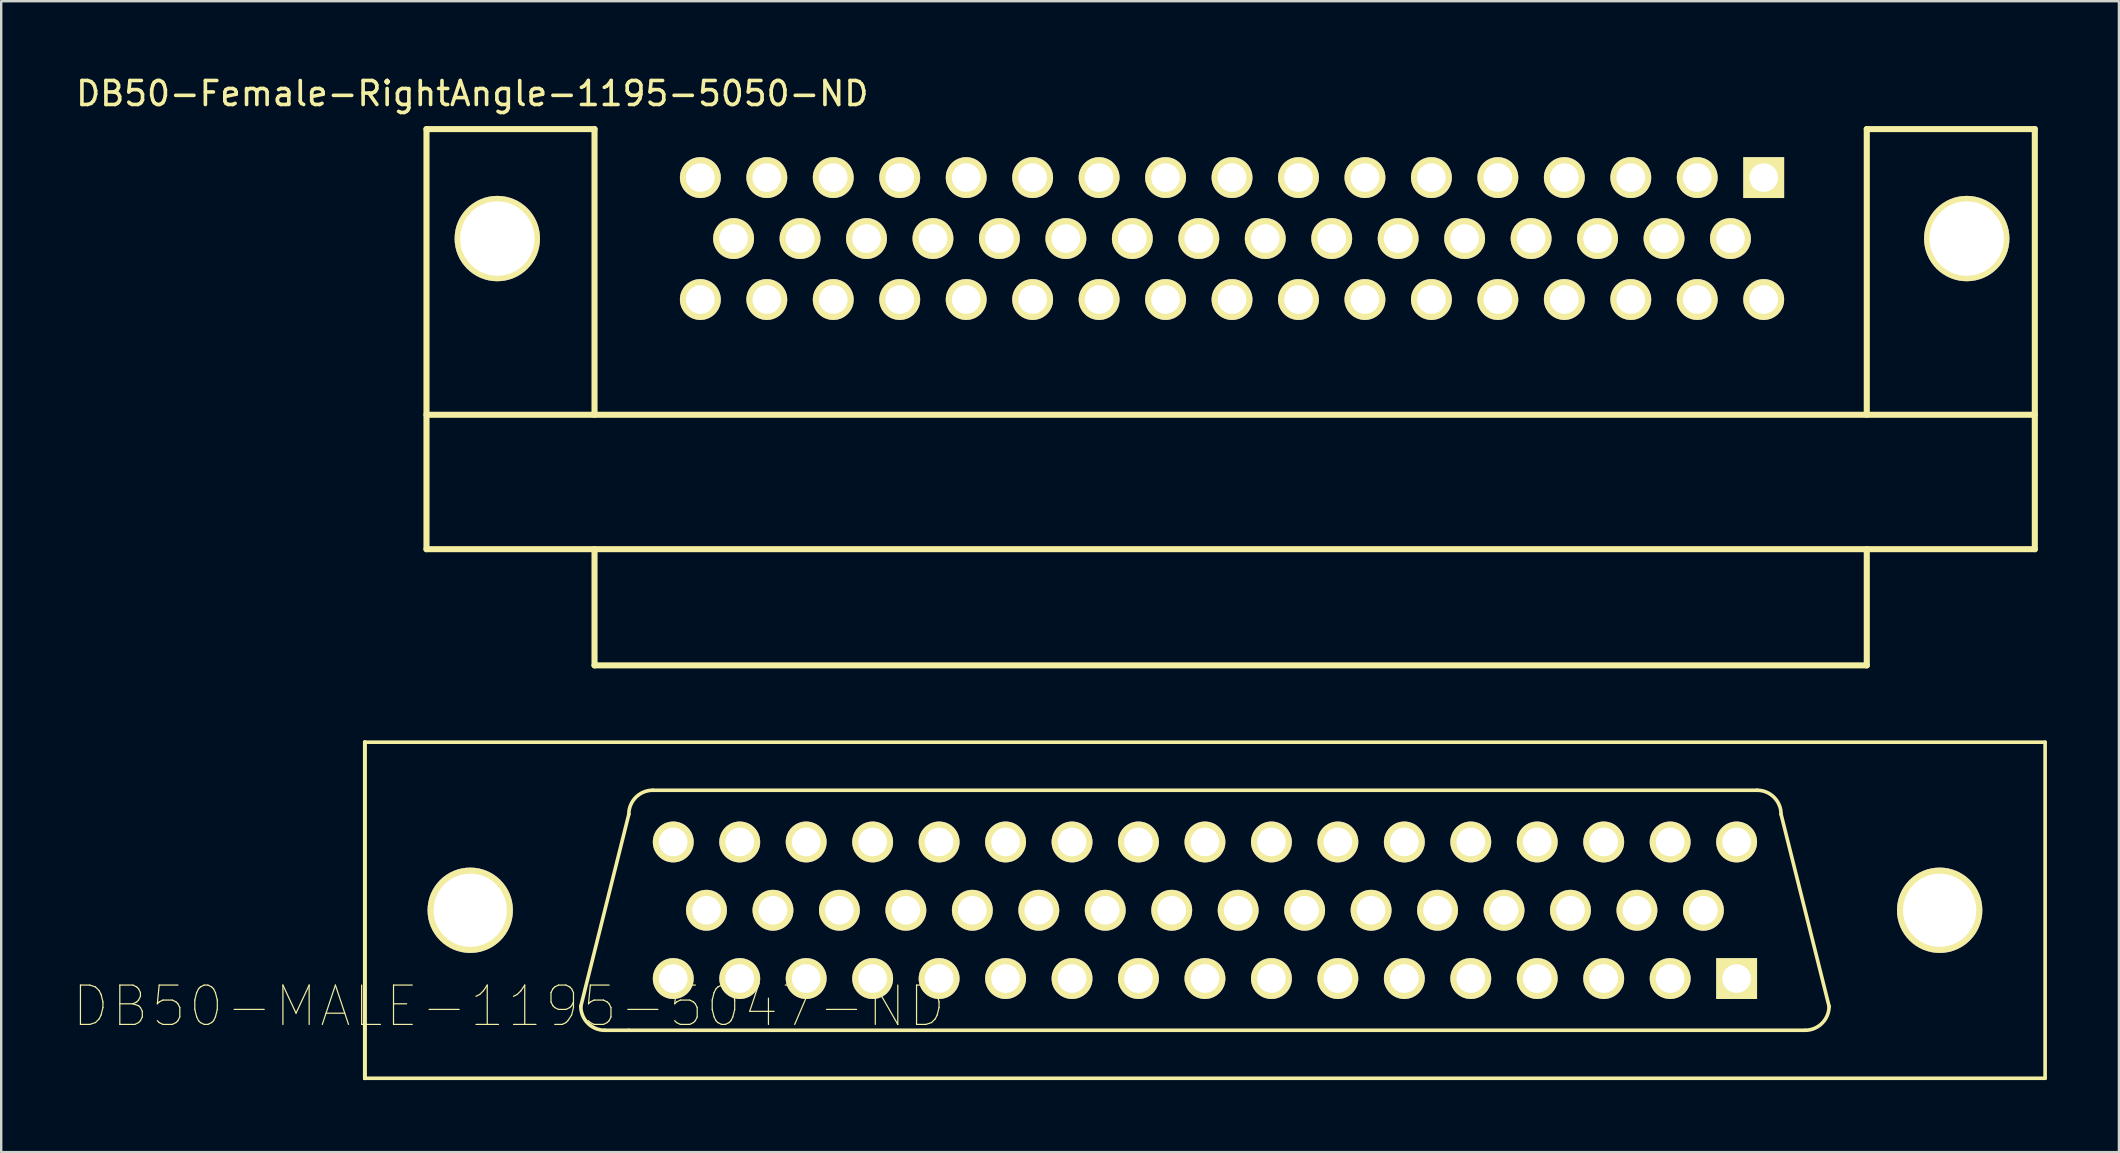
<source format=kicad_pcb>
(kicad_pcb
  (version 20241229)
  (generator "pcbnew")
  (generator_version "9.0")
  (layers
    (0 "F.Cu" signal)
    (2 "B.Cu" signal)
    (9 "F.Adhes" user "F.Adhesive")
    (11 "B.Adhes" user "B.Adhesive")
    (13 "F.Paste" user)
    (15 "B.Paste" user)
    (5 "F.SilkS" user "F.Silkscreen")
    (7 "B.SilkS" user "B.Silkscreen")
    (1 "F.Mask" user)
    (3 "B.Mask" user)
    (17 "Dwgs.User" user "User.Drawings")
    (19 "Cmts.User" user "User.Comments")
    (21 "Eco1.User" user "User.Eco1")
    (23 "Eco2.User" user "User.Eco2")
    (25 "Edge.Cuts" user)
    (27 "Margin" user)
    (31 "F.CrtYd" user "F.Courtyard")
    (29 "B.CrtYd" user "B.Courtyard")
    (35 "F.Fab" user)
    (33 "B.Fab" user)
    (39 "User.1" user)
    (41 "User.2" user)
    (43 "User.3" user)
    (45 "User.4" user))
  (footprint "DB50-Female-RightAngle-1195-5050-ND"
    (layer "F.Cu")
    (at 26.125 4.348)
    (property "Reference" "DB50-Female-RightAngle-1195-5050-ND" (at -9.5 -3.5 0) (layer "F.SilkS") (effects (font (size 1 1) (thickness 0.15))))
    (attr through_hole)
    (fp_line (start -11.408 -2.02) (end -4.408 -2.02) (stroke (width 0.254) (type solid)) (layer "F.SilkS"))
    (fp_line (start -11.408 15.48) (end -11.408 -2.02) (stroke (width 0.254) (type solid)) (layer "F.SilkS"))
    (fp_line (start -11.408 15.48) (end 55.592 15.48) (stroke (width 0.254) (type solid)) (layer "F.SilkS"))
    (fp_line (start -4.408 -2.02) (end -4.408 9.88) (stroke (width 0.254) (type solid)) (layer "F.SilkS"))
    (fp_line (start -4.408 20.32) (end -4.408 15.48) (stroke (width 0.254) (type solid)) (layer "F.SilkS"))
    (fp_line (start -4.408 20.32) (end 48.592 20.32) (stroke (width 0.254) (type solid)) (layer "F.SilkS"))
    (fp_line (start 48.592 -2.02) (end 48.592 9.88) (stroke (width 0.254) (type solid)) (layer "F.SilkS"))
    (fp_line (start 48.592 20.32) (end 48.592 15.48) (stroke (width 0.254) (type solid)) (layer "F.SilkS"))
    (fp_line (start 55.592 -2.02) (end 48.592 -2.02) (stroke (width 0.254) (type solid)) (layer "F.SilkS"))
    (fp_line (start 55.592 9.88) (end -11.408 9.88) (stroke (width 0.254) (type solid)) (layer "F.SilkS"))
    (fp_line (start 55.592 15.48) (end 55.592 -2.02) (stroke (width 0.254) (type solid)) (layer "F.SilkS"))
    (pad "1" thru_hole rect (at 44.298 0.0002) (size 1.702 1.702) (drill 1.194) (layers "*.Cu" "*.Mask" "F.SilkS"))
    (pad "2" thru_hole circle (at 41.529 0.0002) (size 1.702 1.702) (drill 1.194) (layers "*.Cu" "*.Mask" "F.SilkS"))
    (pad "3" thru_hole circle (at 38.761 0.0002) (size 1.702 1.702) (drill 1.194) (layers "*.Cu" "*.Mask" "F.SilkS"))
    (pad "4" thru_hole circle (at 35.992 0.0002) (size 1.702 1.702) (drill 1.194) (layers "*.Cu" "*.Mask" "F.SilkS"))
    (pad "5" thru_hole circle (at 33.223 0.0002) (size 1.702 1.702) (drill 1.194) (layers "*.Cu" "*.Mask" "F.SilkS"))
    (pad "6" thru_hole circle (at 30.455 0.0002) (size 1.702 1.702) (drill 1.194) (layers "*.Cu" "*.Mask" "F.SilkS"))
    (pad "7" thru_hole circle (at 27.686 0.0002) (size 1.702 1.702) (drill 1.194) (layers "*.Cu" "*.Mask" "F.SilkS"))
    (pad "8" thru_hole circle (at 24.918 0.0002) (size 1.702 1.702) (drill 1.194) (layers "*.Cu" "*.Mask" "F.SilkS"))
    (pad "9" thru_hole circle (at 22.149 0.0002) (size 1.702 1.702) (drill 1.194) (layers "*.Cu" "*.Mask" "F.SilkS"))
    (pad "10" thru_hole circle (at 19.38 0.0002) (size 1.702 1.702) (drill 1.194) (layers "*.Cu" "*.Mask" "F.SilkS"))
    (pad "11" thru_hole circle (at 16.612 0.0002) (size 1.702 1.702) (drill 1.194) (layers "*.Cu" "*.Mask" "F.SilkS"))
    (pad "12" thru_hole circle (at 13.843 0.0002) (size 1.702 1.702) (drill 1.194) (layers "*.Cu" "*.Mask" "F.SilkS"))
    (pad "13" thru_hole circle (at 11.075 0.0002) (size 1.702 1.702) (drill 1.194) (layers "*.Cu" "*.Mask" "F.SilkS"))
    (pad "14" thru_hole circle (at 8.306 0.0002) (size 1.702 1.702) (drill 1.194) (layers "*.Cu" "*.Mask" "F.SilkS"))
    (pad "15" thru_hole circle (at 5.537 0.0002) (size 1.702 1.702) (drill 1.194) (layers "*.Cu" "*.Mask" "F.SilkS"))
    (pad "16" thru_hole circle (at 2.769 0.0002) (size 1.702 1.702) (drill 1.194) (layers "*.Cu" "*.Mask" "F.SilkS"))
    (pad "17" thru_hole circle (at 0.0002 0.0002) (size 1.702 1.702) (drill 1.194) (layers "*.Cu" "*.Mask" "F.SilkS"))
    (pad "18" thru_hole circle (at 42.913 2.54) (size 1.702 1.702) (drill 1.194) (layers "*.Cu" "*.Mask" "F.SilkS"))
    (pad "19" thru_hole circle (at 40.145 2.54) (size 1.702 1.702) (drill 1.194) (layers "*.Cu" "*.Mask" "F.SilkS"))
    (pad "20" thru_hole circle (at 37.376 2.54) (size 1.702 1.702) (drill 1.194) (layers "*.Cu" "*.Mask" "F.SilkS"))
    (pad "21" thru_hole circle (at 34.608 2.54) (size 1.702 1.702) (drill 1.194) (layers "*.Cu" "*.Mask" "F.SilkS"))
    (pad "22" thru_hole circle (at 31.839 2.54) (size 1.702 1.702) (drill 1.194) (layers "*.Cu" "*.Mask" "F.SilkS"))
    (pad "23" thru_hole circle (at 29.07 2.54) (size 1.702 1.702) (drill 1.194) (layers "*.Cu" "*.Mask" "F.SilkS"))
    (pad "24" thru_hole circle (at 26.302 2.54) (size 1.702 1.702) (drill 1.194) (layers "*.Cu" "*.Mask" "F.SilkS"))
    (pad "25" thru_hole circle (at 23.533 2.54) (size 1.702 1.702) (drill 1.194) (layers "*.Cu" "*.Mask" "F.SilkS"))
    (pad "26" thru_hole circle (at 20.765 2.54) (size 1.702 1.702) (drill 1.194) (layers "*.Cu" "*.Mask" "F.SilkS"))
    (pad "27" thru_hole circle (at 17.996 2.54) (size 1.702 1.702) (drill 1.194) (layers "*.Cu" "*.Mask" "F.SilkS"))
    (pad "28" thru_hole circle (at 15.227 2.54) (size 1.702 1.702) (drill 1.194) (layers "*.Cu" "*.Mask" "F.SilkS"))
    (pad "29" thru_hole circle (at 12.459 2.54) (size 1.702 1.702) (drill 1.194) (layers "*.Cu" "*.Mask" "F.SilkS"))
    (pad "30" thru_hole circle (at 9.69 2.54) (size 1.702 1.702) (drill 1.194) (layers "*.Cu" "*.Mask" "F.SilkS"))
    (pad "31" thru_hole circle (at 6.922 2.54) (size 1.702 1.702) (drill 1.194) (layers "*.Cu" "*.Mask" "F.SilkS"))
    (pad "32" thru_hole circle (at 4.153 2.54) (size 1.702 1.702) (drill 1.194) (layers "*.Cu" "*.Mask" "F.SilkS"))
    (pad "33" thru_hole circle (at 1.385 2.54) (size 1.702 1.702) (drill 1.194) (layers "*.Cu" "*.Mask" "F.SilkS"))
    (pad "34" thru_hole circle (at 44.298 5.08) (size 1.702 1.702) (drill 1.194) (layers "*.Cu" "*.Mask" "F.SilkS"))
    (pad "35" thru_hole circle (at 41.529 5.08) (size 1.702 1.702) (drill 1.194) (layers "*.Cu" "*.Mask" "F.SilkS"))
    (pad "36" thru_hole circle (at 38.761 5.08) (size 1.702 1.702) (drill 1.194) (layers "*.Cu" "*.Mask" "F.SilkS"))
    (pad "37" thru_hole circle (at 35.992 5.08) (size 1.702 1.702) (drill 1.194) (layers "*.Cu" "*.Mask" "F.SilkS"))
    (pad "38" thru_hole circle (at 33.223 5.08) (size 1.702 1.702) (drill 1.194) (layers "*.Cu" "*.Mask" "F.SilkS"))
    (pad "39" thru_hole circle (at 30.455 5.08) (size 1.702 1.702) (drill 1.194) (layers "*.Cu" "*.Mask" "F.SilkS"))
    (pad "40" thru_hole circle (at 27.686 5.08) (size 1.702 1.702) (drill 1.194) (layers "*.Cu" "*.Mask" "F.SilkS"))
    (pad "41" thru_hole circle (at 24.918 5.08) (size 1.702 1.702) (drill 1.194) (layers "*.Cu" "*.Mask" "F.SilkS"))
    (pad "42" thru_hole circle (at 22.149 5.08) (size 1.702 1.702) (drill 1.194) (layers "*.Cu" "*.Mask" "F.SilkS"))
    (pad "43" thru_hole circle (at 19.38 5.08) (size 1.702 1.702) (drill 1.194) (layers "*.Cu" "*.Mask" "F.SilkS"))
    (pad "44" thru_hole circle (at 16.612 5.08) (size 1.702 1.702) (drill 1.194) (layers "*.Cu" "*.Mask" "F.SilkS"))
    (pad "45" thru_hole circle (at 13.843 5.08) (size 1.702 1.702) (drill 1.194) (layers "*.Cu" "*.Mask" "F.SilkS"))
    (pad "46" thru_hole circle (at 11.075 5.08) (size 1.702 1.702) (drill 1.194) (layers "*.Cu" "*.Mask" "F.SilkS"))
    (pad "47" thru_hole circle (at 8.306 5.08) (size 1.702 1.702) (drill 1.194) (layers "*.Cu" "*.Mask" "F.SilkS"))
    (pad "48" thru_hole circle (at 5.537 5.08) (size 1.702 1.702) (drill 1.194) (layers "*.Cu" "*.Mask" "F.SilkS"))
    (pad "49" thru_hole circle (at 2.769 5.08) (size 1.702 1.702) (drill 1.194) (layers "*.Cu" "*.Mask" "F.SilkS"))
    (pad "50" thru_hole circle (at 0.0002 5.08) (size 1.702 1.702) (drill 1.194) (layers "*.Cu" "*.Mask" "F.SilkS"))
    (pad "51" thru_hole circle (at 52.756 2.54) (size 3.556 3.556) (drill 3.1) (layers "*.Cu" "*.Mask" "F.SilkS"))
    (pad "52" thru_hole circle (at -8.458 2.54) (size 3.556 3.556) (drill 3.1) (layers "*.Cu" "*.Mask" "F.SilkS")))
  (footprint "DB50-MALE-1195-5047-ND"
    (layer "F.Cu")
    (at 47.146 34.87)
    (property "Reference" "DB50-MALE-1195-5047-ND" (at -29 4 180) (layer "F.SilkS") (effects (font (size 1.64 1.64) (thickness 0.05))))
    (attr through_hole)
    (fp_line (start -35 -7) (end -35 7) (stroke (width 0.15) (type solid)) (layer "F.SilkS"))
    (fp_line (start -35 -7) (end -35 7) (stroke (width 0.15) (type solid)) (layer "F.SilkS"))
    (fp_line (start -35 7) (end -35 -7) (stroke (width 0.15) (type solid)) (layer "F.SilkS"))
    (fp_line (start -35 7) (end 35 7) (stroke (width 0.15) (type solid)) (layer "F.SilkS"))
    (fp_line (start -24 -4) (end -26 4) (stroke (width 0.15) (type solid)) (layer "F.SilkS"))
    (fp_line (start -24 5) (end -25 5) (stroke (width 0.15) (type solid)) (layer "F.SilkS"))
    (fp_line (start -24 5) (end 25 5) (stroke (width 0.15) (type solid)) (layer "F.SilkS"))
    (fp_line (start -23 -5) (end 23 -5) (stroke (width 0.15) (type solid)) (layer "F.SilkS"))
    (fp_line (start 26 4) (end 24 -4) (stroke (width 0.15) (type solid)) (layer "F.SilkS"))
    (fp_line (start 35 -7) (end -35 -7) (stroke (width 0.15) (type solid)) (layer "F.SilkS"))
    (fp_line (start 35 -7) (end 35 7) (stroke (width 0.15) (type solid)) (layer "F.SilkS"))
    (fp_arc (start -25 5) (mid -25.707107 4.707107) (end -26 4) (stroke (width 0.15) (type solid)) (layer "F.SilkS"))
    (fp_arc (start -24 -4) (mid -23.707107 -4.707107) (end -23 -5) (stroke (width 0.15) (type solid)) (layer "F.SilkS"))
    (fp_arc (start 23 -5) (mid 23.707107 -4.707107) (end 24 -4) (stroke (width 0.15) (type solid)) (layer "F.SilkS"))
    (fp_arc (start 26 4) (mid 25.707107 4.707107) (end 25 5) (stroke (width 0.15) (type solid)) (layer "F.SilkS"))
    (pad "1" thru_hole rect (at 22.149 2.845 180) (size 1.702 1.702) (drill 1.194) (layers "*.Cu" "*.Mask" "F.SilkS"))
    (pad "2" thru_hole circle (at 19.38 2.845 180) (size 1.702 1.702) (drill 1.194) (layers "*.Cu" "*.Mask" "F.SilkS"))
    (pad "3" thru_hole circle (at 16.612 2.845 180) (size 1.702 1.702) (drill 1.194) (layers "*.Cu" "*.Mask" "F.SilkS"))
    (pad "4" thru_hole circle (at 13.843 2.845 180) (size 1.702 1.702) (drill 1.194) (layers "*.Cu" "*.Mask" "F.SilkS"))
    (pad "5" thru_hole circle (at 11.074 2.845 180) (size 1.702 1.702) (drill 1.194) (layers "*.Cu" "*.Mask" "F.SilkS"))
    (pad "6" thru_hole circle (at 8.306 2.845 180) (size 1.702 1.702) (drill 1.194) (layers "*.Cu" "*.Mask" "F.SilkS"))
    (pad "7" thru_hole circle (at 5.537 2.845 180) (size 1.702 1.702) (drill 1.194) (layers "*.Cu" "*.Mask" "F.SilkS"))
    (pad "8" thru_hole circle (at 2.769 2.845 180) (size 1.702 1.702) (drill 1.194) (layers "*.Cu" "*.Mask" "F.SilkS"))
    (pad "9" thru_hole circle (at 0 2.845 180) (size 1.702 1.702) (drill 1.194) (layers "*.Cu" "*.Mask" "F.SilkS"))
    (pad "10" thru_hole circle (at -2.769 2.845 180) (size 1.702 1.702) (drill 1.194) (layers "*.Cu" "*.Mask" "F.SilkS"))
    (pad "11" thru_hole circle (at -5.537 2.845 180) (size 1.702 1.702) (drill 1.194) (layers "*.Cu" "*.Mask" "F.SilkS"))
    (pad "12" thru_hole circle (at -8.306 2.845 180) (size 1.702 1.702) (drill 1.194) (layers "*.Cu" "*.Mask" "F.SilkS"))
    (pad "13" thru_hole circle (at -11.074 2.845 180) (size 1.702 1.702) (drill 1.194) (layers "*.Cu" "*.Mask" "F.SilkS"))
    (pad "14" thru_hole circle (at -13.843 2.845 180) (size 1.702 1.702) (drill 1.194) (layers "*.Cu" "*.Mask" "F.SilkS"))
    (pad "15" thru_hole circle (at -16.612 2.845 180) (size 1.702 1.702) (drill 1.194) (layers "*.Cu" "*.Mask" "F.SilkS"))
    (pad "16" thru_hole circle (at -19.38 2.845 180) (size 1.702 1.702) (drill 1.194) (layers "*.Cu" "*.Mask" "F.SilkS"))
    (pad "17" thru_hole circle (at -22.149 2.845 180) (size 1.702 1.702) (drill 1.194) (layers "*.Cu" "*.Mask" "F.SilkS"))
    (pad "18" thru_hole circle (at 20.765 0 180) (size 1.702 1.702) (drill 1.194) (layers "*.Cu" "*.Mask" "F.SilkS"))
    (pad "19" thru_hole circle (at 17.996 0 180) (size 1.702 1.702) (drill 1.194) (layers "*.Cu" "*.Mask" "F.SilkS"))
    (pad "20" thru_hole circle (at 15.227 0 180) (size 1.702 1.702) (drill 1.194) (layers "*.Cu" "*.Mask" "F.SilkS"))
    (pad "21" thru_hole circle (at 12.459 0 180) (size 1.702 1.702) (drill 1.194) (layers "*.Cu" "*.Mask" "F.SilkS"))
    (pad "22" thru_hole circle (at 9.69 0 180) (size 1.702 1.702) (drill 1.194) (layers "*.Cu" "*.Mask" "F.SilkS"))
    (pad "23" thru_hole circle (at 6.921 0 180) (size 1.702 1.702) (drill 1.194) (layers "*.Cu" "*.Mask" "F.SilkS"))
    (pad "24" thru_hole circle (at 4.153 0 180) (size 1.702 1.702) (drill 1.194) (layers "*.Cu" "*.Mask" "F.SilkS"))
    (pad "25" thru_hole circle (at 1.384 0 180) (size 1.702 1.702) (drill 1.194) (layers "*.Cu" "*.Mask" "F.SilkS"))
    (pad "26" thru_hole circle (at -1.384 0 180) (size 1.702 1.702) (drill 1.194) (layers "*.Cu" "*.Mask" "F.SilkS"))
    (pad "27" thru_hole circle (at -4.153 0 180) (size 1.702 1.702) (drill 1.194) (layers "*.Cu" "*.Mask" "F.SilkS"))
    (pad "28" thru_hole circle (at -6.921 0 180) (size 1.702 1.702) (drill 1.194) (layers "*.Cu" "*.Mask" "F.SilkS"))
    (pad "29" thru_hole circle (at -9.69 0 180) (size 1.702 1.702) (drill 1.194) (layers "*.Cu" "*.Mask" "F.SilkS"))
    (pad "30" thru_hole circle (at -12.459 0 180) (size 1.702 1.702) (drill 1.194) (layers "*.Cu" "*.Mask" "F.SilkS"))
    (pad "31" thru_hole circle (at -15.227 0 180) (size 1.702 1.702) (drill 1.194) (layers "*.Cu" "*.Mask" "F.SilkS"))
    (pad "32" thru_hole circle (at -17.996 0 180) (size 1.702 1.702) (drill 1.194) (layers "*.Cu" "*.Mask" "F.SilkS"))
    (pad "33" thru_hole circle (at -20.765 0 180) (size 1.702 1.702) (drill 1.194) (layers "*.Cu" "*.Mask" "F.SilkS"))
    (pad "34" thru_hole circle (at 22.149 -2.845 180) (size 1.702 1.702) (drill 1.194) (layers "*.Cu" "*.Mask" "F.SilkS"))
    (pad "35" thru_hole circle (at 19.38 -2.845 180) (size 1.702 1.702) (drill 1.194) (layers "*.Cu" "*.Mask" "F.SilkS"))
    (pad "36" thru_hole circle (at 16.612 -2.845 180) (size 1.702 1.702) (drill 1.194) (layers "*.Cu" "*.Mask" "F.SilkS"))
    (pad "37" thru_hole circle (at 13.843 -2.845 180) (size 1.702 1.702) (drill 1.194) (layers "*.Cu" "*.Mask" "F.SilkS"))
    (pad "38" thru_hole circle (at 11.074 -2.845 180) (size 1.702 1.702) (drill 1.194) (layers "*.Cu" "*.Mask" "F.SilkS"))
    (pad "39" thru_hole circle (at 8.306 -2.845 180) (size 1.702 1.702) (drill 1.194) (layers "*.Cu" "*.Mask" "F.SilkS"))
    (pad "40" thru_hole circle (at 5.537 -2.845 180) (size 1.702 1.702) (drill 1.194) (layers "*.Cu" "*.Mask" "F.SilkS"))
    (pad "41" thru_hole circle (at 2.769 -2.845 180) (size 1.702 1.702) (drill 1.194) (layers "*.Cu" "*.Mask" "F.SilkS"))
    (pad "42" thru_hole circle (at 0 -2.845 180) (size 1.702 1.702) (drill 1.194) (layers "*.Cu" "*.Mask" "F.SilkS"))
    (pad "43" thru_hole circle (at -2.769 -2.845 180) (size 1.702 1.702) (drill 1.194) (layers "*.Cu" "*.Mask" "F.SilkS"))
    (pad "44" thru_hole circle (at -5.537 -2.845 180) (size 1.702 1.702) (drill 1.194) (layers "*.Cu" "*.Mask" "F.SilkS"))
    (pad "45" thru_hole circle (at -8.306 -2.845 180) (size 1.702 1.702) (drill 1.194) (layers "*.Cu" "*.Mask" "F.SilkS"))
    (pad "46" thru_hole circle (at -11.074 -2.845 180) (size 1.702 1.702) (drill 1.194) (layers "*.Cu" "*.Mask" "F.SilkS"))
    (pad "47" thru_hole circle (at -13.843 -2.845 180) (size 1.702 1.702) (drill 1.194) (layers "*.Cu" "*.Mask" "F.SilkS"))
    (pad "48" thru_hole circle (at -16.612 -2.845 180) (size 1.702 1.702) (drill 1.194) (layers "*.Cu" "*.Mask" "F.SilkS"))
    (pad "49" thru_hole circle (at -19.38 -2.845 180) (size 1.702 1.702) (drill 1.194) (layers "*.Cu" "*.Mask" "F.SilkS"))
    (pad "50" thru_hole circle (at -22.149 -2.845 180) (size 1.702 1.702) (drill 1.194) (layers "*.Cu" "*.Mask" "F.SilkS"))
    (pad "51" thru_hole circle (at -30.607 0 180) (size 3.556 3.556) (drill 3.048) (layers "*.Cu" "*.Mask" "F.SilkS"))
    (pad "52" thru_hole circle (at 30.607 0 180) (size 3.556 3.556) (drill 3.048) (layers "*.Cu" "*.Mask" "F.SilkS")))
  (gr_rect
    (start -3 -3)
    (end 85.221 44.945)
    (stroke (width 0.1) (type default))
    (fill no)
    (layer "Edge.Cuts")))
</source>
